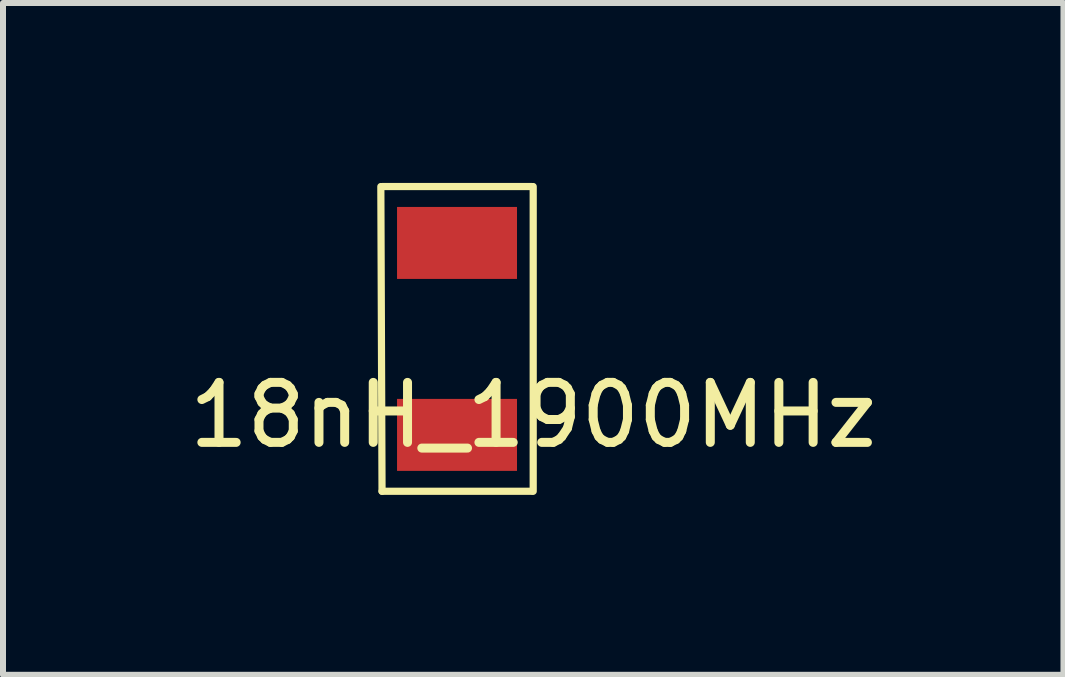
<source format=kicad_pcb>
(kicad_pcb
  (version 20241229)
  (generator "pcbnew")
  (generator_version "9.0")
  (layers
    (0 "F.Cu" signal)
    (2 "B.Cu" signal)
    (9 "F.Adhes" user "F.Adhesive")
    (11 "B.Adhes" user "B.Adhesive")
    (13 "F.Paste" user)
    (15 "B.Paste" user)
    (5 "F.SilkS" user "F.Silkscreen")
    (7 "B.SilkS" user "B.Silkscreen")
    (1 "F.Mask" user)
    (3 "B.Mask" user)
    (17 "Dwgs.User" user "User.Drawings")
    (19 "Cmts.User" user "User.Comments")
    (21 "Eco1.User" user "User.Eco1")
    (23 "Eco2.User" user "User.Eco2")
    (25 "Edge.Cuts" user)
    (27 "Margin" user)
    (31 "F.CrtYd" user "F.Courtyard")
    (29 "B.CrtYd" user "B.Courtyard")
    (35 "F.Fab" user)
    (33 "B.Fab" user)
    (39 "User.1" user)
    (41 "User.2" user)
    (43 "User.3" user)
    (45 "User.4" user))
  (footprint "18nH_1900MHz"
    (layer "F.Cu")
    (at 4.569 2.6)
    (property "Reference" "18nH_1900MHz" (at 1.27 1.27 0) (layer "F.SilkS") (effects (font (size 1 1) (thickness 0.15))))
    (attr through_hole)
    (fp_line (start -1.27 -2.54) (end -1.25 2.54) (stroke (width 0.12) (type solid)) (layer "F.SilkS"))
    (fp_line (start -1.25 -2.54) (end 1.25 -2.54) (stroke (width 0.12) (type solid)) (layer "F.SilkS"))
    (fp_line (start -1.25 2.54) (end 1.25 2.54) (stroke (width 0.12) (type solid)) (layer "F.SilkS"))
    (fp_line (start 1.27 -2.54) (end 1.27 2.54) (stroke (width 0.12) (type solid)) (layer "F.SilkS"))
    (pad "1" smd rect (at 0 -1.6) (size 2 1.2) (layers "F.Cu" "F.Mask" "F.Paste"))
    (pad "2" smd rect (at 0 1.6) (size 2 1.2) (layers "F.Cu" "F.Mask" "F.Paste")))
  (gr_rect
    (start -3 -3)
    (end 14.679 8.2)
    (stroke (width 0.1) (type default))
    (fill no)
    (layer "Edge.Cuts")))
</source>
